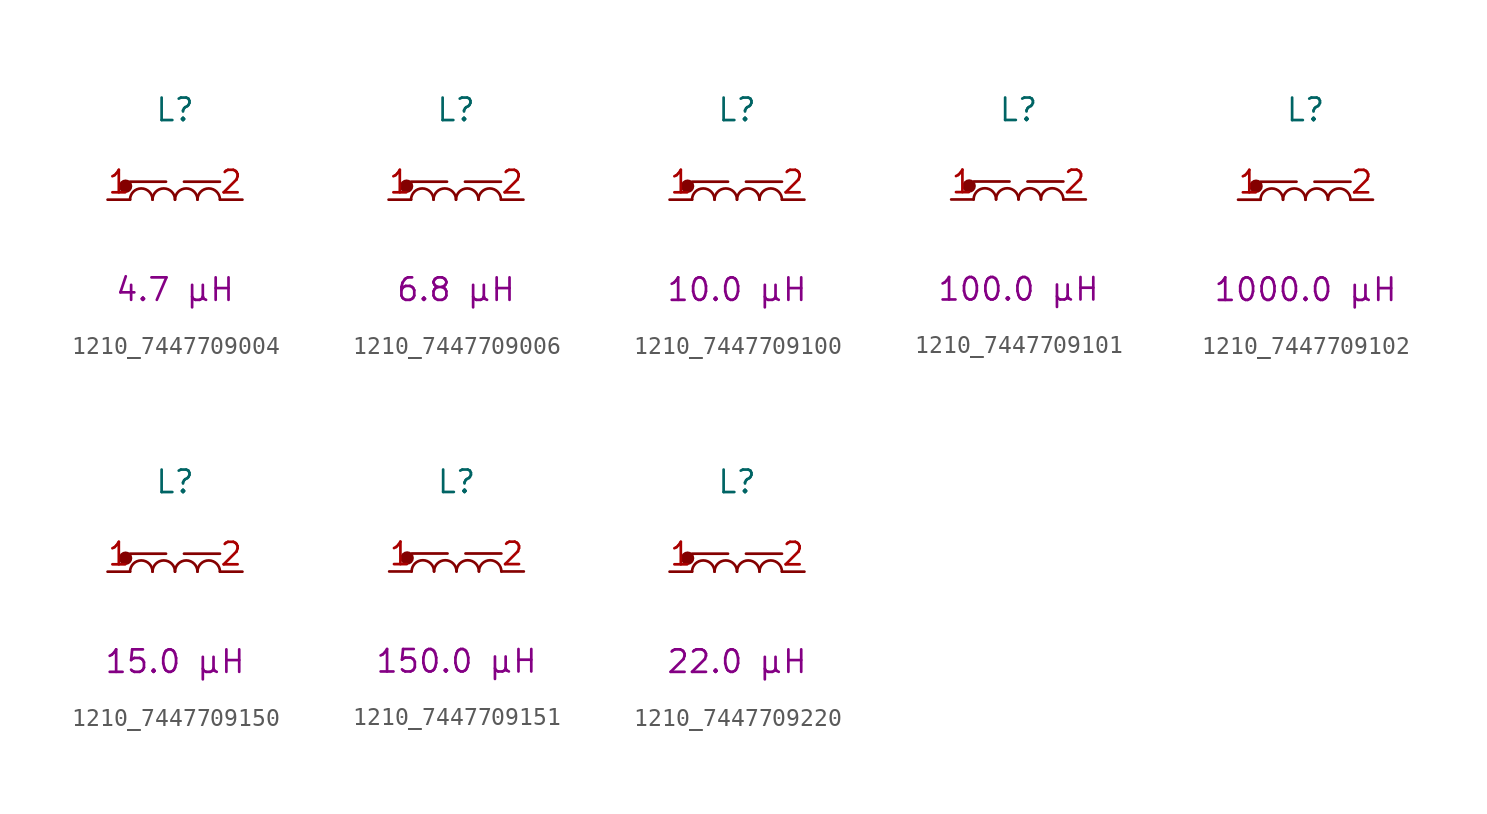
<source format=kicad_sym>
(kicad_symbol_lib
  (version 20220914)
  (generator kicad_symbol_editor)
  (symbol "1210_7447709004"
    (pin_names hide)
    (property "Reference" "L"
      (at 0 5.08 0)
      (effects (font (size 1.27 1.27))))
    (property "Critical Parameter" "4.7 µH"
      (at 0 -5.08 0)
      (effects (font (size 1.27 1.27))))
    (symbol "1210_7447709004_0_1"
      (arc (start -1.27 0) (mid -1.905 0.6323) (end -2.54 0) (stroke (width 0) (type default)) (fill (type none)))
      (arc (start 0 0) (mid -0.635 0.6323) (end -1.27 0) (stroke (width 0) (type default)) (fill (type none)))
      (polyline (pts (xy -2.54 1.016) (xy -0.508 1.016)) (stroke (width 0) (type default)) (fill (type none)))
      (arc (start 1.27 0) (mid 0.635 0.6323) (end 0 0) (stroke (width 0) (type default)) (fill (type none)))
      (arc (start 2.54 0) (mid 1.905 0.6323) (end 1.27 0) (stroke (width 0) (type default)) (fill (type none))))
    (symbol "1210_7447709004_1_1"
      (circle (center -2.794 0.762) (radius 0.0001) (stroke (width 0.381) (type default)) (fill (type none)))
      (polyline (pts (xy 2.54 1.016) (xy 0.508 1.016)) (stroke (width 0) (type default)) (fill (type none)))
      (pin passive line (at -3.81 0 0) (length 1.27) (name "1" (effects (font (size 1.27 1.27)))) (number "1" (effects (font (size 1.27 1.27)))))
      (pin passive line (at 3.81 0 180) (length 1.27) (name "2" (effects (font (size 1.27 1.27)))) (number "2" (effects (font (size 1.27 1.27)))))))
  (symbol "1210_7447709006"
    (pin_names hide)
    (property "Reference" "L"
      (at 0 5.08 0)
      (effects (font (size 1.27 1.27))))
    (property "Critical Parameter" "6.8 µH"
      (at 0 -5.08 0)
      (effects (font (size 1.27 1.27))))
    (symbol "1210_7447709006_0_1"
      (arc (start -1.27 0) (mid -1.905 0.6323) (end -2.54 0) (stroke (width 0) (type default)) (fill (type none)))
      (arc (start 0 0) (mid -0.635 0.6323) (end -1.27 0) (stroke (width 0) (type default)) (fill (type none)))
      (polyline (pts (xy -2.54 1.016) (xy -0.508 1.016)) (stroke (width 0) (type default)) (fill (type none)))
      (arc (start 1.27 0) (mid 0.635 0.6323) (end 0 0) (stroke (width 0) (type default)) (fill (type none)))
      (arc (start 2.54 0) (mid 1.905 0.6323) (end 1.27 0) (stroke (width 0) (type default)) (fill (type none))))
    (symbol "1210_7447709006_1_1"
      (circle (center -2.794 0.762) (radius 0.0001) (stroke (width 0.381) (type default)) (fill (type none)))
      (polyline (pts (xy 2.54 1.016) (xy 0.508 1.016)) (stroke (width 0) (type default)) (fill (type none)))
      (pin passive line (at -3.81 0 0) (length 1.27) (name "1" (effects (font (size 1.27 1.27)))) (number "1" (effects (font (size 1.27 1.27)))))
      (pin passive line (at 3.81 0 180) (length 1.27) (name "2" (effects (font (size 1.27 1.27)))) (number "2" (effects (font (size 1.27 1.27)))))))
  (symbol "1210_7447709100"
    (pin_names hide)
    (property "Reference" "L"
      (at 0 5.08 0)
      (effects (font (size 1.27 1.27))))
    (property "Critical Parameter" "10.0 µH"
      (at 0 -5.08 0)
      (effects (font (size 1.27 1.27))))
    (symbol "1210_7447709100_0_1"
      (arc (start -1.27 0) (mid -1.905 0.6323) (end -2.54 0) (stroke (width 0) (type default)) (fill (type none)))
      (arc (start 0 0) (mid -0.635 0.6323) (end -1.27 0) (stroke (width 0) (type default)) (fill (type none)))
      (polyline (pts (xy -2.54 1.016) (xy -0.508 1.016)) (stroke (width 0) (type default)) (fill (type none)))
      (arc (start 1.27 0) (mid 0.635 0.6323) (end 0 0) (stroke (width 0) (type default)) (fill (type none)))
      (arc (start 2.54 0) (mid 1.905 0.6323) (end 1.27 0) (stroke (width 0) (type default)) (fill (type none))))
    (symbol "1210_7447709100_1_1"
      (circle (center -2.794 0.762) (radius 0.0001) (stroke (width 0.381) (type default)) (fill (type none)))
      (polyline (pts (xy 2.54 1.016) (xy 0.508 1.016)) (stroke (width 0) (type default)) (fill (type none)))
      (pin passive line (at -3.81 0 0) (length 1.27) (name "1" (effects (font (size 1.27 1.27)))) (number "1" (effects (font (size 1.27 1.27)))))
      (pin passive line (at 3.81 0 180) (length 1.27) (name "2" (effects (font (size 1.27 1.27)))) (number "2" (effects (font (size 1.27 1.27)))))))
  (symbol "1210_7447709101"
    (pin_names hide)
    (property "Reference" "L"
      (at 0 5.08 0)
      (effects (font (size 1.27 1.27))))
    (property "Critical Parameter" "100.0 µH"
      (at 0 -5.08 0)
      (effects (font (size 1.27 1.27))))
    (symbol "1210_7447709101_0_1"
      (arc (start -1.27 0) (mid -1.905 0.6323) (end -2.54 0) (stroke (width 0) (type default)) (fill (type none)))
      (arc (start 0 0) (mid -0.635 0.6323) (end -1.27 0) (stroke (width 0) (type default)) (fill (type none)))
      (polyline (pts (xy -2.54 1.016) (xy -0.508 1.016)) (stroke (width 0) (type default)) (fill (type none)))
      (arc (start 1.27 0) (mid 0.635 0.6323) (end 0 0) (stroke (width 0) (type default)) (fill (type none)))
      (arc (start 2.54 0) (mid 1.905 0.6323) (end 1.27 0) (stroke (width 0) (type default)) (fill (type none))))
    (symbol "1210_7447709101_1_1"
      (circle (center -2.794 0.762) (radius 0.0001) (stroke (width 0.381) (type default)) (fill (type none)))
      (polyline (pts (xy 2.54 1.016) (xy 0.508 1.016)) (stroke (width 0) (type default)) (fill (type none)))
      (pin passive line (at -3.81 0 0) (length 1.27) (name "1" (effects (font (size 1.27 1.27)))) (number "1" (effects (font (size 1.27 1.27)))))
      (pin passive line (at 3.81 0 180) (length 1.27) (name "2" (effects (font (size 1.27 1.27)))) (number "2" (effects (font (size 1.27 1.27)))))))
  (symbol "1210_7447709102"
    (pin_names hide)
    (property "Reference" "L"
      (at 0 5.08 0)
      (effects (font (size 1.27 1.27))))
    (property "Critical Parameter" "1000.0 µH"
      (at 0 -5.08 0)
      (effects (font (size 1.27 1.27))))
    (symbol "1210_7447709102_0_1"
      (arc (start -1.27 0) (mid -1.905 0.6323) (end -2.54 0) (stroke (width 0) (type default)) (fill (type none)))
      (arc (start 0 0) (mid -0.635 0.6323) (end -1.27 0) (stroke (width 0) (type default)) (fill (type none)))
      (polyline (pts (xy -2.54 1.016) (xy -0.508 1.016)) (stroke (width 0) (type default)) (fill (type none)))
      (arc (start 1.27 0) (mid 0.635 0.6323) (end 0 0) (stroke (width 0) (type default)) (fill (type none)))
      (arc (start 2.54 0) (mid 1.905 0.6323) (end 1.27 0) (stroke (width 0) (type default)) (fill (type none))))
    (symbol "1210_7447709102_1_1"
      (circle (center -2.794 0.762) (radius 0.0001) (stroke (width 0.381) (type default)) (fill (type none)))
      (polyline (pts (xy 2.54 1.016) (xy 0.508 1.016)) (stroke (width 0) (type default)) (fill (type none)))
      (pin passive line (at -3.81 0 0) (length 1.27) (name "1" (effects (font (size 1.27 1.27)))) (number "1" (effects (font (size 1.27 1.27)))))
      (pin passive line (at 3.81 0 180) (length 1.27) (name "2" (effects (font (size 1.27 1.27)))) (number "2" (effects (font (size 1.27 1.27)))))))
  (symbol "1210_7447709150"
    (pin_names hide)
    (property "Reference" "L"
      (at 0 5.08 0)
      (effects (font (size 1.27 1.27))))
    (property "Critical Parameter" "15.0 µH"
      (at 0 -5.08 0)
      (effects (font (size 1.27 1.27))))
    (symbol "1210_7447709150_0_1"
      (arc (start -1.27 0) (mid -1.905 0.6323) (end -2.54 0) (stroke (width 0) (type default)) (fill (type none)))
      (arc (start 0 0) (mid -0.635 0.6323) (end -1.27 0) (stroke (width 0) (type default)) (fill (type none)))
      (polyline (pts (xy -2.54 1.016) (xy -0.508 1.016)) (stroke (width 0) (type default)) (fill (type none)))
      (arc (start 1.27 0) (mid 0.635 0.6323) (end 0 0) (stroke (width 0) (type default)) (fill (type none)))
      (arc (start 2.54 0) (mid 1.905 0.6323) (end 1.27 0) (stroke (width 0) (type default)) (fill (type none))))
    (symbol "1210_7447709150_1_1"
      (circle (center -2.794 0.762) (radius 0.0001) (stroke (width 0.381) (type default)) (fill (type none)))
      (polyline (pts (xy 2.54 1.016) (xy 0.508 1.016)) (stroke (width 0) (type default)) (fill (type none)))
      (pin passive line (at -3.81 0 0) (length 1.27) (name "1" (effects (font (size 1.27 1.27)))) (number "1" (effects (font (size 1.27 1.27)))))
      (pin passive line (at 3.81 0 180) (length 1.27) (name "2" (effects (font (size 1.27 1.27)))) (number "2" (effects (font (size 1.27 1.27)))))))
  (symbol "1210_7447709151"
    (pin_names hide)
    (property "Reference" "L"
      (at 0 5.08 0)
      (effects (font (size 1.27 1.27))))
    (property "Critical Parameter" "150.0 µH"
      (at 0 -5.08 0)
      (effects (font (size 1.27 1.27))))
    (symbol "1210_7447709151_0_1"
      (arc (start -1.27 0) (mid -1.905 0.6323) (end -2.54 0) (stroke (width 0) (type default)) (fill (type none)))
      (arc (start 0 0) (mid -0.635 0.6323) (end -1.27 0) (stroke (width 0) (type default)) (fill (type none)))
      (polyline (pts (xy -2.54 1.016) (xy -0.508 1.016)) (stroke (width 0) (type default)) (fill (type none)))
      (arc (start 1.27 0) (mid 0.635 0.6323) (end 0 0) (stroke (width 0) (type default)) (fill (type none)))
      (arc (start 2.54 0) (mid 1.905 0.6323) (end 1.27 0) (stroke (width 0) (type default)) (fill (type none))))
    (symbol "1210_7447709151_1_1"
      (circle (center -2.794 0.762) (radius 0.0001) (stroke (width 0.381) (type default)) (fill (type none)))
      (polyline (pts (xy 2.54 1.016) (xy 0.508 1.016)) (stroke (width 0) (type default)) (fill (type none)))
      (pin passive line (at -3.81 0 0) (length 1.27) (name "1" (effects (font (size 1.27 1.27)))) (number "1" (effects (font (size 1.27 1.27)))))
      (pin passive line (at 3.81 0 180) (length 1.27) (name "2" (effects (font (size 1.27 1.27)))) (number "2" (effects (font (size 1.27 1.27)))))))
  (symbol "1210_7447709220"
    (pin_names hide)
    (property "Reference" "L"
      (at 0 5.08 0)
      (effects (font (size 1.27 1.27))))
    (property "Critical Parameter" "22.0 µH"
      (at 0 -5.08 0)
      (effects (font (size 1.27 1.27))))
    (symbol "1210_7447709220_0_1"
      (arc (start -1.27 0) (mid -1.905 0.6323) (end -2.54 0) (stroke (width 0) (type default)) (fill (type none)))
      (arc (start 0 0) (mid -0.635 0.6323) (end -1.27 0) (stroke (width 0) (type default)) (fill (type none)))
      (polyline (pts (xy -2.54 1.016) (xy -0.508 1.016)) (stroke (width 0) (type default)) (fill (type none)))
      (arc (start 1.27 0) (mid 0.635 0.6323) (end 0 0) (stroke (width 0) (type default)) (fill (type none)))
      (arc (start 2.54 0) (mid 1.905 0.6323) (end 1.27 0) (stroke (width 0) (type default)) (fill (type none))))
    (symbol "1210_7447709220_1_1"
      (circle (center -2.794 0.762) (radius 0.0001) (stroke (width 0.381) (type default)) (fill (type none)))
      (polyline (pts (xy 2.54 1.016) (xy 0.508 1.016)) (stroke (width 0) (type default)) (fill (type none)))
      (pin passive line (at -3.81 0 0) (length 1.27) (name "1" (effects (font (size 1.27 1.27)))) (number "1" (effects (font (size 1.27 1.27)))))
      (pin passive line (at 3.81 0 180) (length 1.27) (name "2" (effects (font (size 1.27 1.27)))) (number "2" (effects (font (size 1.27 1.27))))))))
</source>
